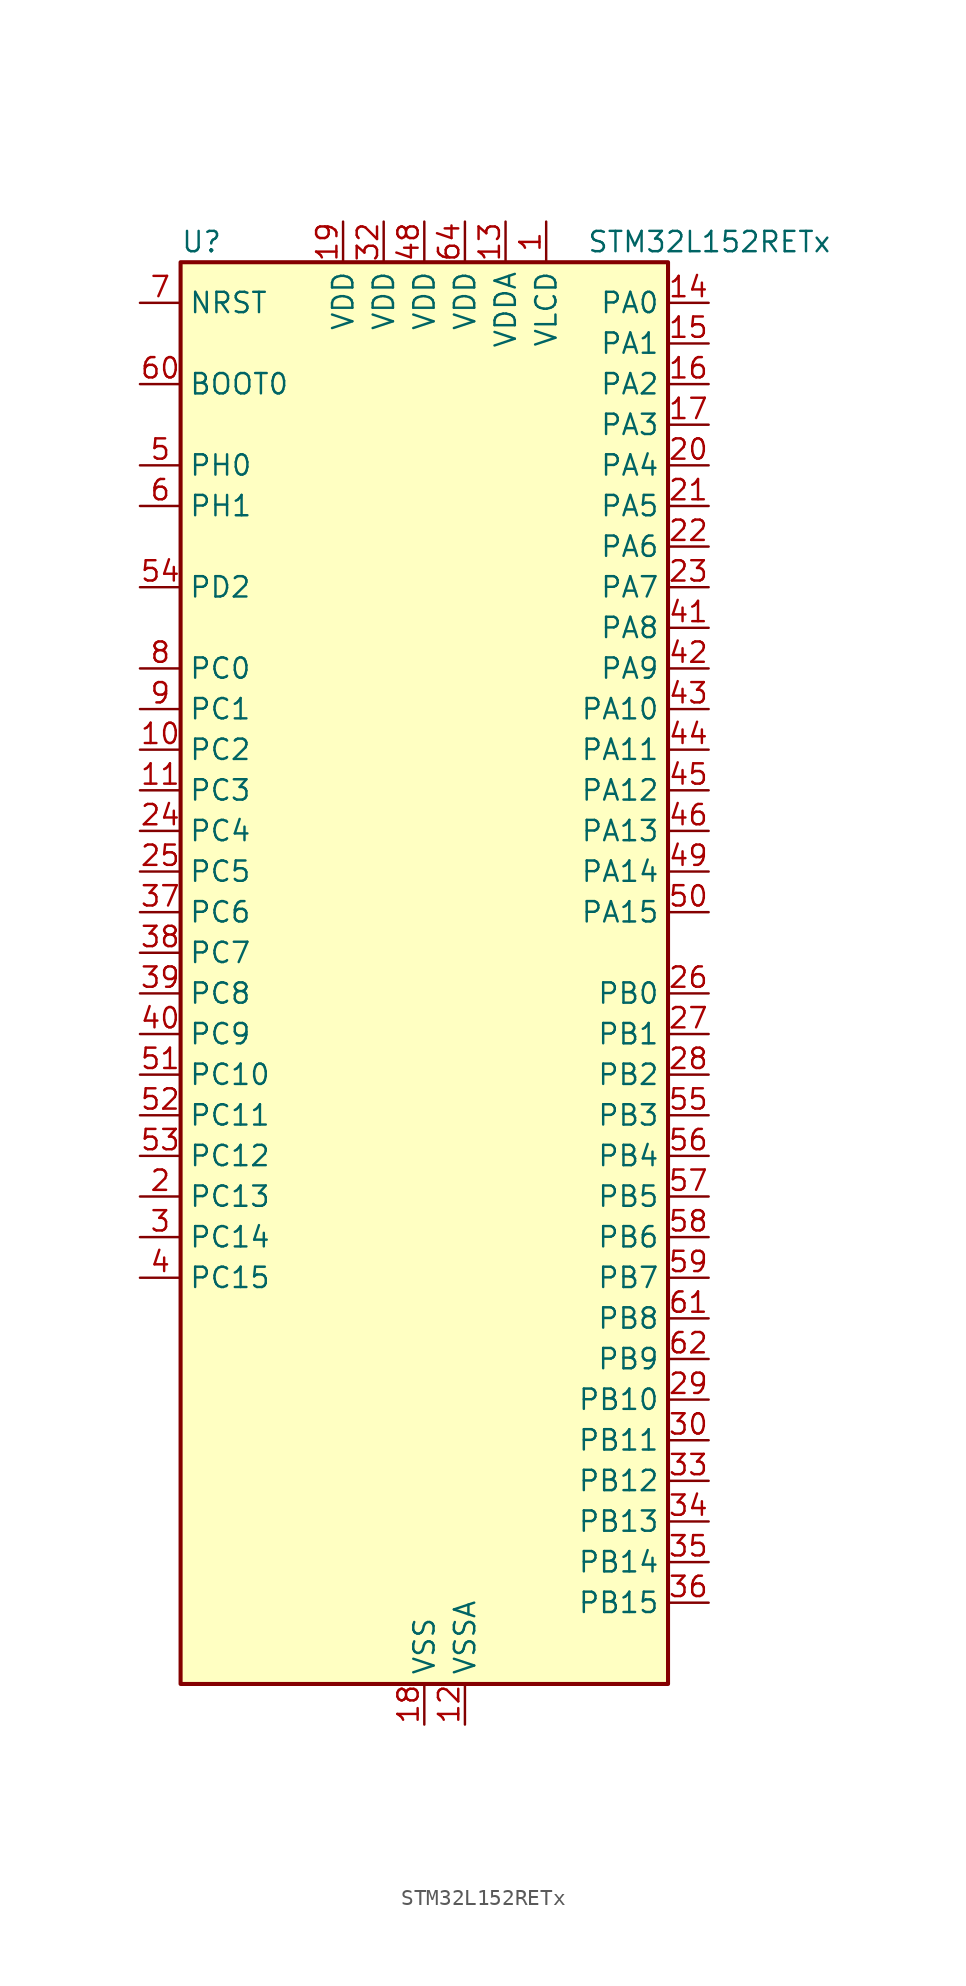
<source format=kicad_sym>
(kicad_symbol_lib
  (version 20231120)
  (generator "kicad-library-utils")
  (generator_version "8.0")
  (symbol "STM32L152RETx"
    (property "Reference" "U"
      (at -15.24 46.99 0)
      (effects (font (size 1.27 1.27)) (justify left)))
    (property "Value" "STM32L152RETx"
      (at 10.16 46.99 0)
      (effects (font (size 1.27 1.27)) (justify left)))
    (symbol "STM32L152RETx_0_1"
      (rectangle (start -15.24 -43.18) (end 15.24 45.72) (stroke (width 0.254) (type default)) (fill (type background))))
    (symbol "STM32L152RETx_1_1"
      (pin power_in line (at 7.62 48.26 270) (length 2.54) (name "VLCD" (effects (font (size 1.27 1.27)))) (number "1" (effects (font (size 1.27 1.27)))))
      (pin bidirectional line (at -17.78 15.24 0) (length 2.54) (name "PC2" (effects (font (size 1.27 1.27)))) (number "10" (effects (font (size 1.27 1.27)))) (alternate "ADC_IN12" bidirectional line) (alternate "COMP1_INP" bidirectional line) (alternate "LCD_SEG20" bidirectional line) (alternate "TIMX_IC3" bidirectional line) (alternate "TS_G8_IO3" bidirectional line))
      (pin bidirectional line (at -17.78 12.7 0) (length 2.54) (name "PC3" (effects (font (size 1.27 1.27)))) (number "11" (effects (font (size 1.27 1.27)))) (alternate "ADC_IN13" bidirectional line) (alternate "COMP1_INP" bidirectional line) (alternate "LCD_SEG21" bidirectional line) (alternate "TIMX_IC4" bidirectional line) (alternate "TS_G8_IO4" bidirectional line))
      (pin power_in line (at 2.54 -45.72 90) (length 2.54) (name "VSSA" (effects (font (size 1.27 1.27)))) (number "12" (effects (font (size 1.27 1.27)))))
      (pin power_in line (at 5.08 48.26 270) (length 2.54) (name "VDDA" (effects (font (size 1.27 1.27)))) (number "13" (effects (font (size 1.27 1.27)))))
      (pin bidirectional line (at 17.78 43.18 180) (length 2.54) (name "PA0" (effects (font (size 1.27 1.27)))) (number "14" (effects (font (size 1.27 1.27)))) (alternate "ADC_IN0" bidirectional line) (alternate "COMP1_INP" bidirectional line) (alternate "RTC_TAMP2" bidirectional line) (alternate "SYS_WKUP1" bidirectional line) (alternate "TIM2_CH1" bidirectional line) (alternate "TIM2_ETR" bidirectional line) (alternate "TIM5_CH1" bidirectional line) (alternate "TIMX_IC1" bidirectional line) (alternate "TS_G1_IO1" bidirectional line) (alternate "USART2_CTS" bidirectional line))
      (pin bidirectional line (at 17.78 40.64 180) (length 2.54) (name "PA1" (effects (font (size 1.27 1.27)))) (number "15" (effects (font (size 1.27 1.27)))) (alternate "ADC_IN1" bidirectional line) (alternate "COMP1_INP" bidirectional line) (alternate "LCD_SEG0" bidirectional line) (alternate "OPAMP1_VINP" bidirectional line) (alternate "TIM2_CH2" bidirectional line) (alternate "TIM5_CH2" bidirectional line) (alternate "TIMX_IC2" bidirectional line) (alternate "TS_G1_IO2" bidirectional line) (alternate "USART2_RTS" bidirectional line))
      (pin bidirectional line (at 17.78 38.1 180) (length 2.54) (name "PA2" (effects (font (size 1.27 1.27)))) (number "16" (effects (font (size 1.27 1.27)))) (alternate "ADC_IN2" bidirectional line) (alternate "COMP1_INP" bidirectional line) (alternate "LCD_SEG1" bidirectional line) (alternate "OPAMP1_VINM" bidirectional line) (alternate "TIM2_CH3" bidirectional line) (alternate "TIM5_CH3" bidirectional line) (alternate "TIM9_CH1" bidirectional line) (alternate "TIMX_IC3" bidirectional line) (alternate "TS_G1_IO3" bidirectional line) (alternate "USART2_TX" bidirectional line))
      (pin bidirectional line (at 17.78 35.56 180) (length 2.54) (name "PA3" (effects (font (size 1.27 1.27)))) (number "17" (effects (font (size 1.27 1.27)))) (alternate "ADC_IN3" bidirectional line) (alternate "COMP1_INP" bidirectional line) (alternate "LCD_SEG2" bidirectional line) (alternate "OPAMP1_VOUT" bidirectional line) (alternate "TIM2_CH4" bidirectional line) (alternate "TIM5_CH4" bidirectional line) (alternate "TIM9_CH2" bidirectional line) (alternate "TIMX_IC4" bidirectional line) (alternate "TS_G1_IO4" bidirectional line) (alternate "USART2_RX" bidirectional line))
      (pin power_in line (at 0 -45.72 90) (length 2.54) (name "VSS" (effects (font (size 1.27 1.27)))) (number "18" (effects (font (size 1.27 1.27)))))
      (pin power_in line (at -5.08 48.26 270) (length 2.54) (name "VDD" (effects (font (size 1.27 1.27)))) (number "19" (effects (font (size 1.27 1.27)))))
      (pin bidirectional line (at -17.78 -12.7 0) (length 2.54) (name "PC13" (effects (font (size 1.27 1.27)))) (number "2" (effects (font (size 1.27 1.27)))) (alternate "RTC_OUT_ALARM" bidirectional line) (alternate "RTC_OUT_CALIB" bidirectional line) (alternate "RTC_TAMP1" bidirectional line) (alternate "RTC_TS" bidirectional line) (alternate "SYS_WKUP2" bidirectional line) (alternate "TIMX_IC2" bidirectional line))
      (pin bidirectional line (at 17.78 33.02 180) (length 2.54) (name "PA4" (effects (font (size 1.27 1.27)))) (number "20" (effects (font (size 1.27 1.27)))) (alternate "ADC_IN4" bidirectional line) (alternate "COMP1_INP" bidirectional line) (alternate "DAC_OUT1" bidirectional line) (alternate "I2S3_WS" bidirectional line) (alternate "SPI1_NSS" bidirectional line) (alternate "SPI3_NSS" bidirectional line) (alternate "TIMX_IC1" bidirectional line) (alternate "USART2_CK" bidirectional line))
      (pin bidirectional line (at 17.78 30.48 180) (length 2.54) (name "PA5" (effects (font (size 1.27 1.27)))) (number "21" (effects (font (size 1.27 1.27)))) (alternate "ADC_IN5" bidirectional line) (alternate "COMP1_INP" bidirectional line) (alternate "DAC_OUT2" bidirectional line) (alternate "SPI1_SCK" bidirectional line) (alternate "TIM2_CH1" bidirectional line) (alternate "TIM2_ETR" bidirectional line) (alternate "TIMX_IC2" bidirectional line))
      (pin bidirectional line (at 17.78 27.94 180) (length 2.54) (name "PA6" (effects (font (size 1.27 1.27)))) (number "22" (effects (font (size 1.27 1.27)))) (alternate "ADC_IN6" bidirectional line) (alternate "COMP1_INP" bidirectional line) (alternate "LCD_SEG3" bidirectional line) (alternate "OPAMP2_VINP" bidirectional line) (alternate "SPI1_MISO" bidirectional line) (alternate "TIM10_CH1" bidirectional line) (alternate "TIM3_CH1" bidirectional line) (alternate "TIMX_IC3" bidirectional line) (alternate "TS_G2_IO1" bidirectional line))
      (pin bidirectional line (at 17.78 25.4 180) (length 2.54) (name "PA7" (effects (font (size 1.27 1.27)))) (number "23" (effects (font (size 1.27 1.27)))) (alternate "ADC_IN7" bidirectional line) (alternate "COMP1_INP" bidirectional line) (alternate "LCD_SEG4" bidirectional line) (alternate "OPAMP2_VINM" bidirectional line) (alternate "SPI1_MOSI" bidirectional line) (alternate "TIM11_CH1" bidirectional line) (alternate "TIM3_CH2" bidirectional line) (alternate "TIMX_IC4" bidirectional line) (alternate "TS_G2_IO2" bidirectional line))
      (pin bidirectional line (at -17.78 10.16 0) (length 2.54) (name "PC4" (effects (font (size 1.27 1.27)))) (number "24" (effects (font (size 1.27 1.27)))) (alternate "ADC_IN14" bidirectional line) (alternate "COMP1_INP" bidirectional line) (alternate "LCD_SEG22" bidirectional line) (alternate "TIMX_IC1" bidirectional line) (alternate "TS_G9_IO1" bidirectional line))
      (pin bidirectional line (at -17.78 7.62 0) (length 2.54) (name "PC5" (effects (font (size 1.27 1.27)))) (number "25" (effects (font (size 1.27 1.27)))) (alternate "ADC_IN15" bidirectional line) (alternate "COMP1_INP" bidirectional line) (alternate "LCD_SEG23" bidirectional line) (alternate "TIMX_IC2" bidirectional line) (alternate "TS_G9_IO2" bidirectional line))
      (pin bidirectional line (at 17.78 0 180) (length 2.54) (name "PB0" (effects (font (size 1.27 1.27)))) (number "26" (effects (font (size 1.27 1.27)))) (alternate "ADC_IN8" bidirectional line) (alternate "COMP1_INP" bidirectional line) (alternate "LCD_SEG5" bidirectional line) (alternate "OPAMP2_VOUT" bidirectional line) (alternate "SYS_V_REF_OUT" bidirectional line) (alternate "TIM3_CH3" bidirectional line) (alternate "TS_G3_IO1" bidirectional line))
      (pin bidirectional line (at 17.78 -2.54 180) (length 2.54) (name "PB1" (effects (font (size 1.27 1.27)))) (number "27" (effects (font (size 1.27 1.27)))) (alternate "ADC_IN9" bidirectional line) (alternate "COMP1_INP" bidirectional line) (alternate "LCD_SEG6" bidirectional line) (alternate "SYS_V_REF_OUT" bidirectional line) (alternate "TIM3_CH4" bidirectional line) (alternate "TS_G3_IO2" bidirectional line))
      (pin bidirectional line (at 17.78 -5.08 180) (length 2.54) (name "PB2" (effects (font (size 1.27 1.27)))) (number "28" (effects (font (size 1.27 1.27)))) (alternate "ADC_IN0b" bidirectional line) (alternate "TS_G3_IO3" bidirectional line))
      (pin bidirectional line (at 17.78 -25.4 180) (length 2.54) (name "PB10" (effects (font (size 1.27 1.27)))) (number "29" (effects (font (size 1.27 1.27)))) (alternate "I2C2_SCL" bidirectional line) (alternate "LCD_SEG10" bidirectional line) (alternate "TIM2_CH3" bidirectional line) (alternate "USART3_TX" bidirectional line))
      (pin bidirectional line (at -17.78 -15.24 0) (length 2.54) (name "PC14" (effects (font (size 1.27 1.27)))) (number "3" (effects (font (size 1.27 1.27)))) (alternate "RCC_OSC32_IN" bidirectional line) (alternate "TIMX_IC3" bidirectional line))
      (pin bidirectional line (at 17.78 -27.94 180) (length 2.54) (name "PB11" (effects (font (size 1.27 1.27)))) (number "30" (effects (font (size 1.27 1.27)))) (alternate "ADC_EXTI11" bidirectional line) (alternate "I2C2_SDA" bidirectional line) (alternate "LCD_SEG11" bidirectional line) (alternate "TIM2_CH4" bidirectional line) (alternate "USART3_RX" bidirectional line))
      (pin passive line (at 0 -45.72 90) (length 2.54) hide (name "VSS" (effects (font (size 1.27 1.27)))) (number "31" (effects (font (size 1.27 1.27)))))
      (pin power_in line (at -2.54 48.26 270) (length 2.54) (name "VDD" (effects (font (size 1.27 1.27)))) (number "32" (effects (font (size 1.27 1.27)))))
      (pin bidirectional line (at 17.78 -30.48 180) (length 2.54) (name "PB12" (effects (font (size 1.27 1.27)))) (number "33" (effects (font (size 1.27 1.27)))) (alternate "ADC_IN18" bidirectional line) (alternate "COMP1_INP" bidirectional line) (alternate "I2C2_SMBA" bidirectional line) (alternate "I2S2_WS" bidirectional line) (alternate "LCD_SEG12" bidirectional line) (alternate "SPI2_NSS" bidirectional line) (alternate "TIM10_CH1" bidirectional line) (alternate "TS_G7_IO1" bidirectional line) (alternate "USART3_CK" bidirectional line))
      (pin bidirectional line (at 17.78 -33.02 180) (length 2.54) (name "PB13" (effects (font (size 1.27 1.27)))) (number "34" (effects (font (size 1.27 1.27)))) (alternate "ADC_IN19" bidirectional line) (alternate "COMP1_INP" bidirectional line) (alternate "I2S2_CK" bidirectional line) (alternate "LCD_SEG13" bidirectional line) (alternate "SPI2_SCK" bidirectional line) (alternate "TIM9_CH1" bidirectional line) (alternate "TS_G7_IO2" bidirectional line) (alternate "USART3_CTS" bidirectional line))
      (pin bidirectional line (at 17.78 -35.56 180) (length 2.54) (name "PB14" (effects (font (size 1.27 1.27)))) (number "35" (effects (font (size 1.27 1.27)))) (alternate "ADC_IN20" bidirectional line) (alternate "COMP1_INP" bidirectional line) (alternate "LCD_SEG14" bidirectional line) (alternate "SPI2_MISO" bidirectional line) (alternate "TIM9_CH2" bidirectional line) (alternate "TS_G7_IO3" bidirectional line) (alternate "USART3_RTS" bidirectional line))
      (pin bidirectional line (at 17.78 -38.1 180) (length 2.54) (name "PB15" (effects (font (size 1.27 1.27)))) (number "36" (effects (font (size 1.27 1.27)))) (alternate "ADC_EXTI15" bidirectional line) (alternate "ADC_IN21" bidirectional line) (alternate "COMP1_INP" bidirectional line) (alternate "I2S2_SD" bidirectional line) (alternate "LCD_SEG15" bidirectional line) (alternate "RTC_REFIN" bidirectional line) (alternate "SPI2_MOSI" bidirectional line) (alternate "TIM11_CH1" bidirectional line) (alternate "TS_G7_IO4" bidirectional line))
      (pin bidirectional line (at -17.78 5.08 0) (length 2.54) (name "PC6" (effects (font (size 1.27 1.27)))) (number "37" (effects (font (size 1.27 1.27)))) (alternate "I2S2_MCK" bidirectional line) (alternate "LCD_SEG24" bidirectional line) (alternate "TIM3_CH1" bidirectional line) (alternate "TIMX_IC3" bidirectional line) (alternate "TS_G10_IO1" bidirectional line))
      (pin bidirectional line (at -17.78 2.54 0) (length 2.54) (name "PC7" (effects (font (size 1.27 1.27)))) (number "38" (effects (font (size 1.27 1.27)))) (alternate "I2S3_MCK" bidirectional line) (alternate "LCD_SEG25" bidirectional line) (alternate "TIM3_CH2" bidirectional line) (alternate "TIMX_IC4" bidirectional line) (alternate "TS_G10_IO2" bidirectional line))
      (pin bidirectional line (at -17.78 0 0) (length 2.54) (name "PC8" (effects (font (size 1.27 1.27)))) (number "39" (effects (font (size 1.27 1.27)))) (alternate "LCD_SEG26" bidirectional line) (alternate "TIM3_CH3" bidirectional line) (alternate "TIMX_IC1" bidirectional line) (alternate "TS_G10_IO3" bidirectional line))
      (pin bidirectional line (at -17.78 -17.78 0) (length 2.54) (name "PC15" (effects (font (size 1.27 1.27)))) (number "4" (effects (font (size 1.27 1.27)))) (alternate "ADC_EXTI15" bidirectional line) (alternate "RCC_OSC32_OUT" bidirectional line) (alternate "TIMX_IC4" bidirectional line))
      (pin bidirectional line (at -17.78 -2.54 0) (length 2.54) (name "PC9" (effects (font (size 1.27 1.27)))) (number "40" (effects (font (size 1.27 1.27)))) (alternate "DAC_EXTI9" bidirectional line) (alternate "LCD_SEG27" bidirectional line) (alternate "TIM3_CH4" bidirectional line) (alternate "TIMX_IC2" bidirectional line) (alternate "TS_G10_IO4" bidirectional line))
      (pin bidirectional line (at 17.78 22.86 180) (length 2.54) (name "PA8" (effects (font (size 1.27 1.27)))) (number "41" (effects (font (size 1.27 1.27)))) (alternate "LCD_COM0" bidirectional line) (alternate "RCC_MCO" bidirectional line) (alternate "TIMX_IC1" bidirectional line) (alternate "TS_G4_IO1" bidirectional line) (alternate "USART1_CK" bidirectional line))
      (pin bidirectional line (at 17.78 20.32 180) (length 2.54) (name "PA9" (effects (font (size 1.27 1.27)))) (number "42" (effects (font (size 1.27 1.27)))) (alternate "DAC_EXTI9" bidirectional line) (alternate "LCD_COM1" bidirectional line) (alternate "TIMX_IC2" bidirectional line) (alternate "TS_G4_IO2" bidirectional line) (alternate "USART1_TX" bidirectional line))
      (pin bidirectional line (at 17.78 17.78 180) (length 2.54) (name "PA10" (effects (font (size 1.27 1.27)))) (number "43" (effects (font (size 1.27 1.27)))) (alternate "LCD_COM2" bidirectional line) (alternate "TIMX_IC3" bidirectional line) (alternate "TS_G4_IO3" bidirectional line) (alternate "USART1_RX" bidirectional line))
      (pin bidirectional line (at 17.78 15.24 180) (length 2.54) (name "PA11" (effects (font (size 1.27 1.27)))) (number "44" (effects (font (size 1.27 1.27)))) (alternate "ADC_EXTI11" bidirectional line) (alternate "SPI1_MISO" bidirectional line) (alternate "TIMX_IC4" bidirectional line) (alternate "USART1_CTS" bidirectional line) (alternate "USB_DM" bidirectional line))
      (pin bidirectional line (at 17.78 12.7 180) (length 2.54) (name "PA12" (effects (font (size 1.27 1.27)))) (number "45" (effects (font (size 1.27 1.27)))) (alternate "SPI1_MOSI" bidirectional line) (alternate "TIMX_IC1" bidirectional line) (alternate "USART1_RTS" bidirectional line) (alternate "USB_DP" bidirectional line))
      (pin bidirectional line (at 17.78 10.16 180) (length 2.54) (name "PA13" (effects (font (size 1.27 1.27)))) (number "46" (effects (font (size 1.27 1.27)))) (alternate "SYS_JTMS-SWDIO" bidirectional line) (alternate "TIMX_IC2" bidirectional line) (alternate "TS_G5_IO1" bidirectional line))
      (pin passive line (at 0 -45.72 90) (length 2.54) hide (name "VSS" (effects (font (size 1.27 1.27)))) (number "47" (effects (font (size 1.27 1.27)))))
      (pin power_in line (at 0 48.26 270) (length 2.54) (name "VDD" (effects (font (size 1.27 1.27)))) (number "48" (effects (font (size 1.27 1.27)))))
      (pin bidirectional line (at 17.78 7.62 180) (length 2.54) (name "PA14" (effects (font (size 1.27 1.27)))) (number "49" (effects (font (size 1.27 1.27)))) (alternate "SYS_JTCK-SWCLK" bidirectional line) (alternate "TIMX_IC3" bidirectional line) (alternate "TS_G5_IO2" bidirectional line))
      (pin bidirectional line (at -17.78 33.02 0) (length 2.54) (name "PH0" (effects (font (size 1.27 1.27)))) (number "5" (effects (font (size 1.27 1.27)))) (alternate "RCC_OSC_IN" bidirectional line))
      (pin bidirectional line (at 17.78 5.08 180) (length 2.54) (name "PA15" (effects (font (size 1.27 1.27)))) (number "50" (effects (font (size 1.27 1.27)))) (alternate "ADC_EXTI15" bidirectional line) (alternate "I2S3_WS" bidirectional line) (alternate "LCD_SEG17" bidirectional line) (alternate "SPI1_NSS" bidirectional line) (alternate "SPI3_NSS" bidirectional line) (alternate "SYS_JTDI" bidirectional line) (alternate "TIM2_CH1" bidirectional line) (alternate "TIM2_ETR" bidirectional line) (alternate "TIMX_IC4" bidirectional line) (alternate "TS_G5_IO3" bidirectional line))
      (pin bidirectional line (at -17.78 -5.08 0) (length 2.54) (name "PC10" (effects (font (size 1.27 1.27)))) (number "51" (effects (font (size 1.27 1.27)))) (alternate "I2S3_CK" bidirectional line) (alternate "LCD_COM4" bidirectional line) (alternate "LCD_SEG28" bidirectional line) (alternate "LCD_SEG40" bidirectional line) (alternate "SPI3_SCK" bidirectional line) (alternate "TIMX_IC3" bidirectional line) (alternate "UART4_TX" bidirectional line) (alternate "USART3_TX" bidirectional line))
      (pin bidirectional line (at -17.78 -7.62 0) (length 2.54) (name "PC11" (effects (font (size 1.27 1.27)))) (number "52" (effects (font (size 1.27 1.27)))) (alternate "ADC_EXTI11" bidirectional line) (alternate "LCD_COM5" bidirectional line) (alternate "LCD_SEG29" bidirectional line) (alternate "LCD_SEG41" bidirectional line) (alternate "SPI3_MISO" bidirectional line) (alternate "TIMX_IC4" bidirectional line) (alternate "UART4_RX" bidirectional line) (alternate "USART3_RX" bidirectional line))
      (pin bidirectional line (at -17.78 -10.16 0) (length 2.54) (name "PC12" (effects (font (size 1.27 1.27)))) (number "53" (effects (font (size 1.27 1.27)))) (alternate "I2S3_SD" bidirectional line) (alternate "LCD_COM6" bidirectional line) (alternate "LCD_SEG30" bidirectional line) (alternate "LCD_SEG42" bidirectional line) (alternate "SPI3_MOSI" bidirectional line) (alternate "TIMX_IC1" bidirectional line) (alternate "UART5_TX" bidirectional line) (alternate "USART3_CK" bidirectional line))
      (pin bidirectional line (at -17.78 25.4 0) (length 2.54) (name "PD2" (effects (font (size 1.27 1.27)))) (number "54" (effects (font (size 1.27 1.27)))) (alternate "LCD_COM7" bidirectional line) (alternate "LCD_SEG31" bidirectional line) (alternate "LCD_SEG43" bidirectional line) (alternate "TIM3_ETR" bidirectional line) (alternate "TIMX_IC3" bidirectional line) (alternate "UART5_RX" bidirectional line))
      (pin bidirectional line (at 17.78 -7.62 180) (length 2.54) (name "PB3" (effects (font (size 1.27 1.27)))) (number "55" (effects (font (size 1.27 1.27)))) (alternate "COMP2_INM" bidirectional line) (alternate "I2S3_CK" bidirectional line) (alternate "LCD_SEG7" bidirectional line) (alternate "SPI1_SCK" bidirectional line) (alternate "SPI3_SCK" bidirectional line) (alternate "SYS_JTDO-TRACESWO" bidirectional line) (alternate "TIM2_CH2" bidirectional line))
      (pin bidirectional line (at 17.78 -10.16 180) (length 2.54) (name "PB4" (effects (font (size 1.27 1.27)))) (number "56" (effects (font (size 1.27 1.27)))) (alternate "COMP2_INP" bidirectional line) (alternate "LCD_SEG8" bidirectional line) (alternate "SPI1_MISO" bidirectional line) (alternate "SPI3_MISO" bidirectional line) (alternate "SYS_JTRST" bidirectional line) (alternate "TIM3_CH1" bidirectional line) (alternate "TS_G6_IO1" bidirectional line))
      (pin bidirectional line (at 17.78 -12.7 180) (length 2.54) (name "PB5" (effects (font (size 1.27 1.27)))) (number "57" (effects (font (size 1.27 1.27)))) (alternate "COMP2_INP" bidirectional line) (alternate "I2C1_SMBA" bidirectional line) (alternate "I2S3_SD" bidirectional line) (alternate "LCD_SEG9" bidirectional line) (alternate "SPI1_MOSI" bidirectional line) (alternate "SPI3_MOSI" bidirectional line) (alternate "TIM3_CH2" bidirectional line) (alternate "TS_G6_IO2" bidirectional line))
      (pin bidirectional line (at 17.78 -15.24 180) (length 2.54) (name "PB6" (effects (font (size 1.27 1.27)))) (number "58" (effects (font (size 1.27 1.27)))) (alternate "COMP2_INP" bidirectional line) (alternate "I2C1_SCL" bidirectional line) (alternate "TIM4_CH1" bidirectional line) (alternate "TS_G6_IO3" bidirectional line) (alternate "USART1_TX" bidirectional line))
      (pin bidirectional line (at 17.78 -17.78 180) (length 2.54) (name "PB7" (effects (font (size 1.27 1.27)))) (number "59" (effects (font (size 1.27 1.27)))) (alternate "COMP2_INP" bidirectional line) (alternate "I2C1_SDA" bidirectional line) (alternate "SYS_PVD_IN" bidirectional line) (alternate "TIM4_CH2" bidirectional line) (alternate "TS_G6_IO4" bidirectional line) (alternate "USART1_RX" bidirectional line))
      (pin bidirectional line (at -17.78 30.48 0) (length 2.54) (name "PH1" (effects (font (size 1.27 1.27)))) (number "6" (effects (font (size 1.27 1.27)))) (alternate "RCC_OSC_OUT" bidirectional line))
      (pin input line (at -17.78 38.1 0) (length 2.54) (name "BOOT0" (effects (font (size 1.27 1.27)))) (number "60" (effects (font (size 1.27 1.27)))))
      (pin bidirectional line (at 17.78 -20.32 180) (length 2.54) (name "PB8" (effects (font (size 1.27 1.27)))) (number "61" (effects (font (size 1.27 1.27)))) (alternate "I2C1_SCL" bidirectional line) (alternate "LCD_SEG16" bidirectional line) (alternate "TIM10_CH1" bidirectional line) (alternate "TIM4_CH3" bidirectional line))
      (pin bidirectional line (at 17.78 -22.86 180) (length 2.54) (name "PB9" (effects (font (size 1.27 1.27)))) (number "62" (effects (font (size 1.27 1.27)))) (alternate "DAC_EXTI9" bidirectional line) (alternate "I2C1_SDA" bidirectional line) (alternate "LCD_COM3" bidirectional line) (alternate "TIM11_CH1" bidirectional line) (alternate "TIM4_CH4" bidirectional line))
      (pin passive line (at 0 -45.72 90) (length 2.54) hide (name "VSS" (effects (font (size 1.27 1.27)))) (number "63" (effects (font (size 1.27 1.27)))))
      (pin power_in line (at 2.54 48.26 270) (length 2.54) (name "VDD" (effects (font (size 1.27 1.27)))) (number "64" (effects (font (size 1.27 1.27)))))
      (pin input line (at -17.78 43.18 0) (length 2.54) (name "NRST" (effects (font (size 1.27 1.27)))) (number "7" (effects (font (size 1.27 1.27)))))
      (pin bidirectional line (at -17.78 20.32 0) (length 2.54) (name "PC0" (effects (font (size 1.27 1.27)))) (number "8" (effects (font (size 1.27 1.27)))) (alternate "ADC_IN10" bidirectional line) (alternate "COMP1_INP" bidirectional line) (alternate "LCD_SEG18" bidirectional line) (alternate "TIMX_IC1" bidirectional line) (alternate "TS_G8_IO1" bidirectional line))
      (pin bidirectional line (at -17.78 17.78 0) (length 2.54) (name "PC1" (effects (font (size 1.27 1.27)))) (number "9" (effects (font (size 1.27 1.27)))) (alternate "ADC_IN11" bidirectional line) (alternate "COMP1_INP" bidirectional line) (alternate "LCD_SEG19" bidirectional line) (alternate "TIMX_IC2" bidirectional line) (alternate "TS_G8_IO2" bidirectional line)))))
</source>
